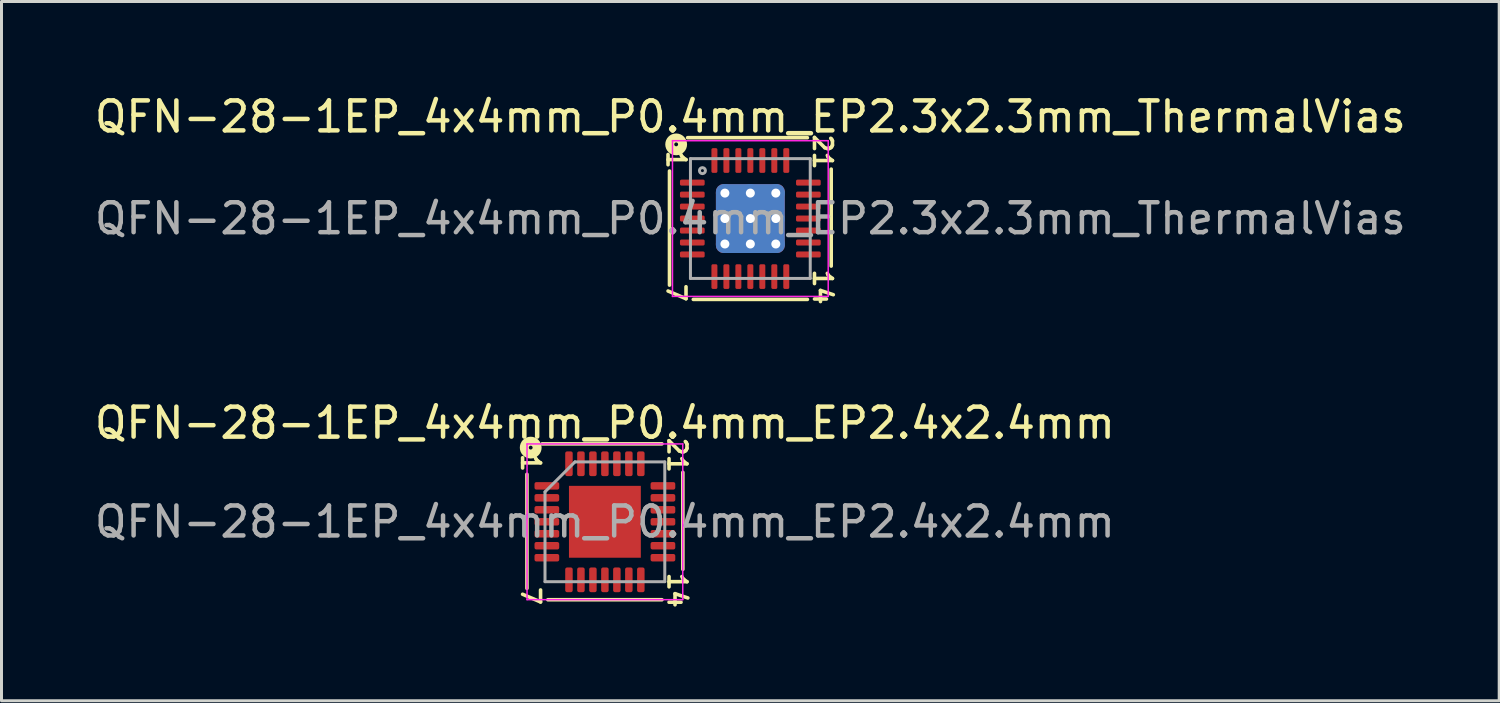
<source format=kicad_pcb>
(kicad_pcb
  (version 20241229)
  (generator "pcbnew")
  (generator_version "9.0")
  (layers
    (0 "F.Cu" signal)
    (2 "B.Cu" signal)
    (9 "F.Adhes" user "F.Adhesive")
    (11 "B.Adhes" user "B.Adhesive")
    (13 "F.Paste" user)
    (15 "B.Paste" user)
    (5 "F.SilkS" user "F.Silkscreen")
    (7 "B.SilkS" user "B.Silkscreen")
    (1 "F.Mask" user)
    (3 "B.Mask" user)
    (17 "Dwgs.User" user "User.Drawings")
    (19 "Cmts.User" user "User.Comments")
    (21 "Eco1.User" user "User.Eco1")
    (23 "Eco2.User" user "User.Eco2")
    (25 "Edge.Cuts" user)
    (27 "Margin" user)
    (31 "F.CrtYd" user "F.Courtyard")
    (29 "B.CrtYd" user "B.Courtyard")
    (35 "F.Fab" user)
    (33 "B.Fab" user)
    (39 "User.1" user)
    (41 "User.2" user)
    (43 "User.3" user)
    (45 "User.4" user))
  (footprint "QFN-28-1EP_4x4mm_P0.4mm_EP2.3x2.3mm_ThermalVias"
    (layer "F.Cu")
    (at 22.006 4.248)
    (property "Reference" "QFN-28-1EP_4x4mm_P0.4mm_EP2.3x2.3mm_ThermalVias" (at 0 -3.4 0) (layer "F.SilkS") (effects (font (size 1 1) (thickness 0.15))))
    (attr smd)
    (fp_line (start -2.7 -1.587) (end -2.7 2.223) (stroke (width 0.12) (type solid)) (layer "F.SilkS"))
    (fp_line (start -1.905 2.7) (end 1.905 2.7) (stroke (width 0.12) (type solid)) (layer "F.SilkS"))
    (fp_line (start 1.905 -2.7) (end -2.095 -2.7) (stroke (width 0.12) (type solid)) (layer "F.SilkS"))
    (fp_line (start 2.7 1.587) (end 2.7 -1.651) (stroke (width 0.12) (type solid)) (layer "F.SilkS"))
    (fp_circle (center -2.477 -2.477) (end -2.413 -2.477) (stroke (width 0.3) (type solid)) (fill no) (layer "F.SilkS"))
    (fp_line (start -2.6 -2.6) (end -2.6 2.6) (stroke (width 0.05) (type solid)) (layer "F.CrtYd"))
    (fp_line (start -2.6 2.6) (end 2.6 2.6) (stroke (width 0.05) (type solid)) (layer "F.CrtYd"))
    (fp_line (start 2.6 -2.6) (end -2.6 -2.6) (stroke (width 0.05) (type solid)) (layer "F.CrtYd"))
    (fp_line (start 2.6 2.6) (end 2.6 -2.6) (stroke (width 0.05) (type solid)) (layer "F.CrtYd"))
    (fp_line (start -2 -2) (end 2 -2) (stroke (width 0.1) (type solid)) (layer "F.Fab"))
    (fp_line (start -2 2) (end -2 -2) (stroke (width 0.1) (type solid)) (layer "F.Fab"))
    (fp_line (start 2 -2) (end 2 2) (stroke (width 0.1) (type solid)) (layer "F.Fab"))
    (fp_line (start 2 2) (end -2 2) (stroke (width 0.1) (type solid)) (layer "F.Fab"))
    (fp_circle (center -1.6 -1.6) (end -1.5 -1.6) (stroke (width 0.1) (type solid)) (fill no) (layer "F.Fab"))
    (fp_text user "14" (at 2.413 2.286 270) (unlocked yes) (layer "F.SilkS") (effects (font (size 0.6 0.6) (thickness 0.12))))
    (fp_text user "1" (at -2.477 -1.968 270) (unlocked yes) (layer "F.SilkS") (effects (font (size 0.6 0.6) (thickness 0.12))))
    (fp_text user "7" (at -2.477 2.477 270) (unlocked yes) (layer "F.SilkS") (effects (font (size 0.6 0.6) (thickness 0.12))))
    (fp_text user "21" (at 2.413 -2.223 270) (unlocked yes) (layer "F.SilkS") (effects (font (size 0.6 0.6) (thickness 0.12))))
    (fp_text user "${REFERENCE}" (at 0 0 0) (layer "F.Fab") (effects (font (size 1 1) (thickness 0.15))))
    (pad "" smd roundrect (at -0.575 -0.575) (size 1 1) (layers "F.Paste") (roundrect_rratio 0.25))
    (pad "" smd roundrect (at -0.575 0.575) (size 1 1) (layers "F.Paste") (roundrect_rratio 0.25))
    (pad "" smd roundrect (at 0.575 -0.575) (size 1 1) (layers "F.Paste") (roundrect_rratio 0.25))
    (pad "" smd roundrect (at 0.575 0.575) (size 1 1) (layers "F.Paste") (roundrect_rratio 0.25))
    (pad "1" smd roundrect (at -1.938 -1.2) (size 0.825 0.2) (layers "F.Cu" "F.Mask" "F.Paste") (roundrect_rratio 0.25))
    (pad "2" smd roundrect (at -1.938 -0.8) (size 0.825 0.2) (layers "F.Cu" "F.Mask" "F.Paste") (roundrect_rratio 0.25))
    (pad "3" smd roundrect (at -1.938 -0.4) (size 0.825 0.2) (layers "F.Cu" "F.Mask" "F.Paste") (roundrect_rratio 0.25))
    (pad "4" smd roundrect (at -1.938 0) (size 0.825 0.2) (layers "F.Cu" "F.Mask" "F.Paste") (roundrect_rratio 0.25))
    (pad "5" smd roundrect (at -1.938 0.4) (size 0.825 0.2) (layers "F.Cu" "F.Mask" "F.Paste") (roundrect_rratio 0.25))
    (pad "6" smd roundrect (at -1.938 0.8) (size 0.825 0.2) (layers "F.Cu" "F.Mask" "F.Paste") (roundrect_rratio 0.25))
    (pad "7" smd roundrect (at -1.938 1.2) (size 0.825 0.2) (layers "F.Cu" "F.Mask" "F.Paste") (roundrect_rratio 0.25))
    (pad "8" smd roundrect (at -1.2 1.938) (size 0.2 0.825) (layers "F.Cu" "F.Mask" "F.Paste") (roundrect_rratio 0.25))
    (pad "9" smd roundrect (at -0.8 1.938) (size 0.2 0.825) (layers "F.Cu" "F.Mask" "F.Paste") (roundrect_rratio 0.25))
    (pad "10" smd roundrect (at -0.4 1.938) (size 0.2 0.825) (layers "F.Cu" "F.Mask" "F.Paste") (roundrect_rratio 0.25))
    (pad "11" smd roundrect (at 0 1.938) (size 0.2 0.825) (layers "F.Cu" "F.Mask" "F.Paste") (roundrect_rratio 0.25))
    (pad "12" smd roundrect (at 0.4 1.938) (size 0.2 0.825) (layers "F.Cu" "F.Mask" "F.Paste") (roundrect_rratio 0.25))
    (pad "13" smd roundrect (at 0.8 1.938) (size 0.2 0.825) (layers "F.Cu" "F.Mask" "F.Paste") (roundrect_rratio 0.25))
    (pad "14" smd roundrect (at 1.2 1.938) (size 0.2 0.825) (layers "F.Cu" "F.Mask" "F.Paste") (roundrect_rratio 0.25))
    (pad "15" smd roundrect (at 1.938 1.2) (size 0.825 0.2) (layers "F.Cu" "F.Mask" "F.Paste") (roundrect_rratio 0.25))
    (pad "16" smd roundrect (at 1.938 0.8) (size 0.825 0.2) (layers "F.Cu" "F.Mask" "F.Paste") (roundrect_rratio 0.25))
    (pad "17" smd roundrect (at 1.938 0.4) (size 0.825 0.2) (layers "F.Cu" "F.Mask" "F.Paste") (roundrect_rratio 0.25))
    (pad "18" smd roundrect (at 1.938 0) (size 0.825 0.2) (layers "F.Cu" "F.Mask" "F.Paste") (roundrect_rratio 0.25))
    (pad "19" smd roundrect (at 1.938 -0.4) (size 0.825 0.2) (layers "F.Cu" "F.Mask" "F.Paste") (roundrect_rratio 0.25))
    (pad "20" smd roundrect (at 1.938 -0.8) (size 0.825 0.2) (layers "F.Cu" "F.Mask" "F.Paste") (roundrect_rratio 0.25))
    (pad "21" smd roundrect (at 1.938 -1.2) (size 0.825 0.2) (layers "F.Cu" "F.Mask" "F.Paste") (roundrect_rratio 0.25))
    (pad "22" smd roundrect (at 1.2 -1.938) (size 0.2 0.825) (layers "F.Cu" "F.Mask" "F.Paste") (roundrect_rratio 0.25))
    (pad "23" smd roundrect (at 0.8 -1.938) (size 0.2 0.825) (layers "F.Cu" "F.Mask" "F.Paste") (roundrect_rratio 0.25))
    (pad "24" smd roundrect (at 0.4 -1.938) (size 0.2 0.825) (layers "F.Cu" "F.Mask" "F.Paste") (roundrect_rratio 0.25))
    (pad "25" smd roundrect (at 0 -1.938) (size 0.2 0.825) (layers "F.Cu" "F.Mask" "F.Paste") (roundrect_rratio 0.25))
    (pad "26" smd roundrect (at -0.4 -1.938) (size 0.2 0.825) (layers "F.Cu" "F.Mask" "F.Paste") (roundrect_rratio 0.25))
    (pad "27" smd roundrect (at -0.8 -1.938) (size 0.2 0.825) (layers "F.Cu" "F.Mask" "F.Paste") (roundrect_rratio 0.25))
    (pad "28" smd roundrect (at -1.2 -1.938) (size 0.2 0.825) (layers "F.Cu" "F.Mask" "F.Paste") (roundrect_rratio 0.25))
    (pad "29" thru_hole circle (at -0.85 -0.85) (size 0.6 0.6) (drill 0.3) (property pad_prop_heatsink) (layers "*.Cu"))
    (pad "29" thru_hole circle (at -0.85 0) (size 0.6 0.6) (drill 0.3) (property pad_prop_heatsink) (layers "*.Cu"))
    (pad "29" thru_hole circle (at -0.85 0.85) (size 0.6 0.6) (drill 0.3) (property pad_prop_heatsink) (layers "*.Cu"))
    (pad "29" thru_hole circle (at 0 -0.85) (size 0.6 0.6) (drill 0.3) (property pad_prop_heatsink) (layers "*.Cu"))
    (pad "29" thru_hole circle (at 0 0) (size 0.6 0.6) (drill 0.3) (property pad_prop_heatsink) (layers "*.Cu"))
    (pad "29" smd roundrect (at 0 0) (size 2.3 2.3) (layers "F.Cu" "F.Mask") (roundrect_rratio 0.109))
    (pad "29" smd roundrect (at 0 0) (size 2.3 2.3) (layers "B.Cu" "B.Mask") (roundrect_rratio 0.109))
    (pad "29" thru_hole circle (at 0 0.85) (size 0.6 0.6) (drill 0.3) (property pad_prop_heatsink) (layers "*.Cu"))
    (pad "29" thru_hole circle (at 0.85 -0.85) (size 0.6 0.6) (drill 0.3) (property pad_prop_heatsink) (layers "*.Cu"))
    (pad "29" thru_hole circle (at 0.85 0) (size 0.6 0.6) (drill 0.3) (property pad_prop_heatsink) (layers "*.Cu"))
    (pad "29" thru_hole circle (at 0.85 0.85) (size 0.6 0.6) (drill 0.3) (property pad_prop_heatsink) (layers "*.Cu")))
  (footprint "QFN-28-1EP_4x4mm_P0.4mm_EP2.4x2.4mm"
    (layer "F.Cu")
    (at 17.149 14.374)
    (property "Reference" "QFN-28-1EP_4x4mm_P0.4mm_EP2.4x2.4mm" (at 0 -3.3 0) (layer "F.SilkS") (effects (font (size 1 1) (thickness 0.15))))
    (attr smd)
    (fp_line (start -2.603 -1.587) (end -2.603 2.223) (stroke (width 0.12) (type solid)) (layer "F.SilkS"))
    (fp_line (start -1.905 2.603) (end 1.905 2.603) (stroke (width 0.12) (type solid)) (layer "F.SilkS"))
    (fp_line (start 1.905 -2.603) (end -2.095 -2.603) (stroke (width 0.12) (type solid)) (layer "F.SilkS"))
    (fp_line (start 2.603 1.587) (end 2.603 -1.651) (stroke (width 0.12) (type solid)) (layer "F.SilkS"))
    (fp_circle (center -2.477 -2.477) (end -2.413 -2.477) (stroke (width 0.3) (type solid)) (fill no) (layer "F.SilkS"))
    (fp_line (start -2.6 -2.6) (end -2.6 2.6) (stroke (width 0.05) (type solid)) (layer "F.CrtYd"))
    (fp_line (start -2.6 2.6) (end 2.6 2.6) (stroke (width 0.05) (type solid)) (layer "F.CrtYd"))
    (fp_line (start 2.6 -2.6) (end -2.6 -2.6) (stroke (width 0.05) (type solid)) (layer "F.CrtYd"))
    (fp_line (start 2.6 2.6) (end 2.6 -2.6) (stroke (width 0.05) (type solid)) (layer "F.CrtYd"))
    (fp_line (start -2 -1) (end -1 -2) (stroke (width 0.1) (type solid)) (layer "F.Fab"))
    (fp_line (start -2 2) (end -2 -1) (stroke (width 0.1) (type solid)) (layer "F.Fab"))
    (fp_line (start -1 -2) (end 2 -2) (stroke (width 0.1) (type solid)) (layer "F.Fab"))
    (fp_line (start 2 -2) (end 2 2) (stroke (width 0.1) (type solid)) (layer "F.Fab"))
    (fp_line (start 2 2) (end -2 2) (stroke (width 0.1) (type solid)) (layer "F.Fab"))
    (fp_text user "7" (at -2.477 2.477 270) (unlocked yes) (layer "F.SilkS") (effects (font (size 0.6 0.6) (thickness 0.12))))
    (fp_text user "14" (at 2.413 2.286 270) (unlocked yes) (layer "F.SilkS") (effects (font (size 0.6 0.6) (thickness 0.12))))
    (fp_text user "1" (at -2.477 -1.968 270) (unlocked yes) (layer "F.SilkS") (effects (font (size 0.6 0.6) (thickness 0.12))))
    (fp_text user "21" (at 2.413 -2.223 270) (unlocked yes) (layer "F.SilkS") (effects (font (size 0.6 0.6) (thickness 0.12))))
    (fp_text user "${REFERENCE}" (at 0 0 0) (layer "F.Fab") (effects (font (size 1 1) (thickness 0.15))))
    (pad "" smd roundrect (at -0.6 -0.6) (size 0.97 0.97) (layers "F.Paste") (roundrect_rratio 0.25))
    (pad "" smd roundrect (at -0.6 0.6) (size 0.97 0.97) (layers "F.Paste") (roundrect_rratio 0.25))
    (pad "" smd roundrect (at 0.6 -0.6) (size 0.97 0.97) (layers "F.Paste") (roundrect_rratio 0.25))
    (pad "" smd roundrect (at 0.6 0.6) (size 0.97 0.97) (layers "F.Paste") (roundrect_rratio 0.25))
    (pad "1" smd roundrect (at -1.938 -1.2) (size 0.825 0.25) (layers "F.Cu" "F.Mask" "F.Paste") (roundrect_rratio 0.25))
    (pad "2" smd roundrect (at -1.938 -0.8) (size 0.825 0.25) (layers "F.Cu" "F.Mask" "F.Paste") (roundrect_rratio 0.25))
    (pad "3" smd roundrect (at -1.938 -0.4) (size 0.825 0.25) (layers "F.Cu" "F.Mask" "F.Paste") (roundrect_rratio 0.25))
    (pad "4" smd roundrect (at -1.938 0) (size 0.825 0.25) (layers "F.Cu" "F.Mask" "F.Paste") (roundrect_rratio 0.25))
    (pad "5" smd roundrect (at -1.938 0.4) (size 0.825 0.25) (layers "F.Cu" "F.Mask" "F.Paste") (roundrect_rratio 0.25))
    (pad "6" smd roundrect (at -1.938 0.8) (size 0.825 0.25) (layers "F.Cu" "F.Mask" "F.Paste") (roundrect_rratio 0.25))
    (pad "7" smd roundrect (at -1.938 1.2) (size 0.825 0.25) (layers "F.Cu" "F.Mask" "F.Paste") (roundrect_rratio 0.25))
    (pad "8" smd roundrect (at -1.2 1.938) (size 0.25 0.825) (layers "F.Cu" "F.Mask" "F.Paste") (roundrect_rratio 0.25))
    (pad "9" smd roundrect (at -0.8 1.938) (size 0.25 0.825) (layers "F.Cu" "F.Mask" "F.Paste") (roundrect_rratio 0.25))
    (pad "10" smd roundrect (at -0.4 1.938) (size 0.25 0.825) (layers "F.Cu" "F.Mask" "F.Paste") (roundrect_rratio 0.25))
    (pad "11" smd roundrect (at 0 1.938) (size 0.25 0.825) (layers "F.Cu" "F.Mask" "F.Paste") (roundrect_rratio 0.25))
    (pad "12" smd roundrect (at 0.4 1.938) (size 0.25 0.825) (layers "F.Cu" "F.Mask" "F.Paste") (roundrect_rratio 0.25))
    (pad "13" smd roundrect (at 0.8 1.938) (size 0.25 0.825) (layers "F.Cu" "F.Mask" "F.Paste") (roundrect_rratio 0.25))
    (pad "14" smd roundrect (at 1.2 1.938) (size 0.25 0.825) (layers "F.Cu" "F.Mask" "F.Paste") (roundrect_rratio 0.25))
    (pad "15" smd roundrect (at 1.938 1.2) (size 0.825 0.25) (layers "F.Cu" "F.Mask" "F.Paste") (roundrect_rratio 0.25))
    (pad "16" smd roundrect (at 1.938 0.8) (size 0.825 0.25) (layers "F.Cu" "F.Mask" "F.Paste") (roundrect_rratio 0.25))
    (pad "17" smd roundrect (at 1.938 0.4) (size 0.825 0.25) (layers "F.Cu" "F.Mask" "F.Paste") (roundrect_rratio 0.25))
    (pad "18" smd roundrect (at 1.938 0) (size 0.825 0.25) (layers "F.Cu" "F.Mask" "F.Paste") (roundrect_rratio 0.25))
    (pad "19" smd roundrect (at 1.938 -0.4) (size 0.825 0.25) (layers "F.Cu" "F.Mask" "F.Paste") (roundrect_rratio 0.25))
    (pad "20" smd roundrect (at 1.938 -0.8) (size 0.825 0.25) (layers "F.Cu" "F.Mask" "F.Paste") (roundrect_rratio 0.25))
    (pad "21" smd roundrect (at 1.938 -1.2) (size 0.825 0.25) (layers "F.Cu" "F.Mask" "F.Paste") (roundrect_rratio 0.25))
    (pad "22" smd roundrect (at 1.2 -1.938) (size 0.25 0.825) (layers "F.Cu" "F.Mask" "F.Paste") (roundrect_rratio 0.25))
    (pad "23" smd roundrect (at 0.8 -1.938) (size 0.25 0.825) (layers "F.Cu" "F.Mask" "F.Paste") (roundrect_rratio 0.25))
    (pad "24" smd roundrect (at 0.4 -1.938) (size 0.25 0.825) (layers "F.Cu" "F.Mask" "F.Paste") (roundrect_rratio 0.25))
    (pad "25" smd roundrect (at 0 -1.938) (size 0.25 0.825) (layers "F.Cu" "F.Mask" "F.Paste") (roundrect_rratio 0.25))
    (pad "26" smd roundrect (at -0.4 -1.938) (size 0.25 0.825) (layers "F.Cu" "F.Mask" "F.Paste") (roundrect_rratio 0.25))
    (pad "27" smd roundrect (at -0.8 -1.938) (size 0.25 0.825) (layers "F.Cu" "F.Mask" "F.Paste") (roundrect_rratio 0.25))
    (pad "28" smd roundrect (at -1.2 -1.938) (size 0.25 0.825) (layers "F.Cu" "F.Mask" "F.Paste") (roundrect_rratio 0.25))
    (pad "29" smd rect (at 0 0) (size 2.4 2.4) (layers "F.Cu" "F.Mask")))
  (gr_rect
    (start -3 -3)
    (end 47.012 20.351)
    (stroke (width 0.1) (type default))
    (fill no)
    (layer "Edge.Cuts")))
</source>
